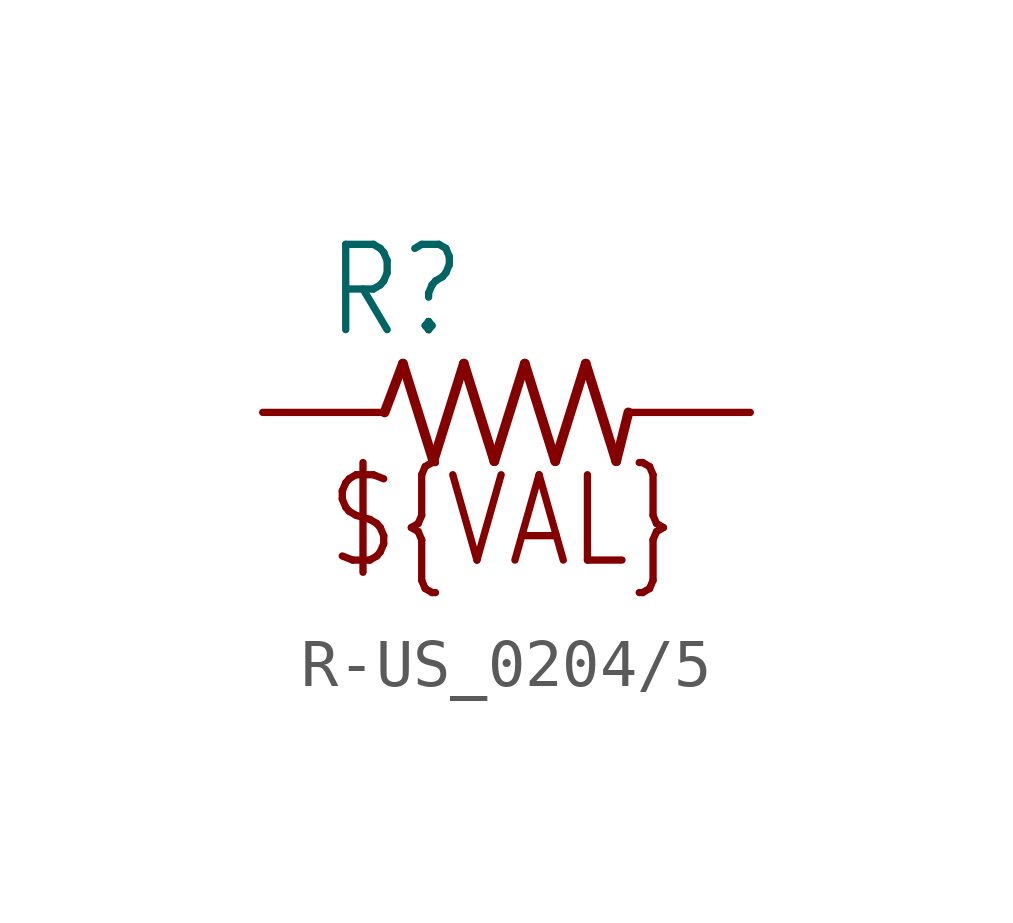
<source format=kicad_sym>
(kicad_symbol_lib
  (version 20231120)
  (generator "kicad_symbol_editor")
  (generator_version "8.0")
  (symbol "R-US_0204/5"
    (property "Reference" "R"
      (at -3.81 1.499 0)
      (effects (font (size 1.778 1.511)) (justify left bottom)))
    (property "ki_locked" ""
      (at 0 0 0)
      (effects (font (size 1.27 1.27))))
    (symbol "R-US_0204/5_1_0"
      (polyline (pts (xy -2.54 0) (xy -2.159 1.016)) (stroke (width 0.203) (type solid)) (fill (type none)))
      (polyline (pts (xy -2.159 1.016) (xy -1.524 -1.016)) (stroke (width 0.203) (type solid)) (fill (type none)))
      (polyline (pts (xy -1.524 -1.016) (xy -0.889 1.016)) (stroke (width 0.203) (type solid)) (fill (type none)))
      (polyline (pts (xy -0.889 1.016) (xy -0.254 -1.016)) (stroke (width 0.203) (type solid)) (fill (type none)))
      (polyline (pts (xy -0.254 -1.016) (xy 0.381 1.016)) (stroke (width 0.203) (type solid)) (fill (type none)))
      (polyline (pts (xy 0.381 1.016) (xy 1.016 -1.016)) (stroke (width 0.203) (type solid)) (fill (type none)))
      (polyline (pts (xy 1.016 -1.016) (xy 1.651 1.016)) (stroke (width 0.203) (type solid)) (fill (type none)))
      (polyline (pts (xy 1.651 1.016) (xy 2.286 -1.016)) (stroke (width 0.203) (type solid)) (fill (type none)))
      (polyline (pts (xy 2.286 -1.016) (xy 2.54 0)) (stroke (width 0.203) (type solid)) (fill (type none)))
      (text "${VAL}" (at -3.81 -3.302 0) (effects (font (size 1.778 1.511)) (justify left bottom)))
      (pin passive line (at -5.08 0 0) (length 2.54) (name "1" (effects (font (size 0 0)))) (number "1" (effects (font (size 0 0)))))
      (pin passive line (at 5.08 0 180) (length 2.54) (name "2" (effects (font (size 0 0)))) (number "2" (effects (font (size 0 0))))))))
</source>
